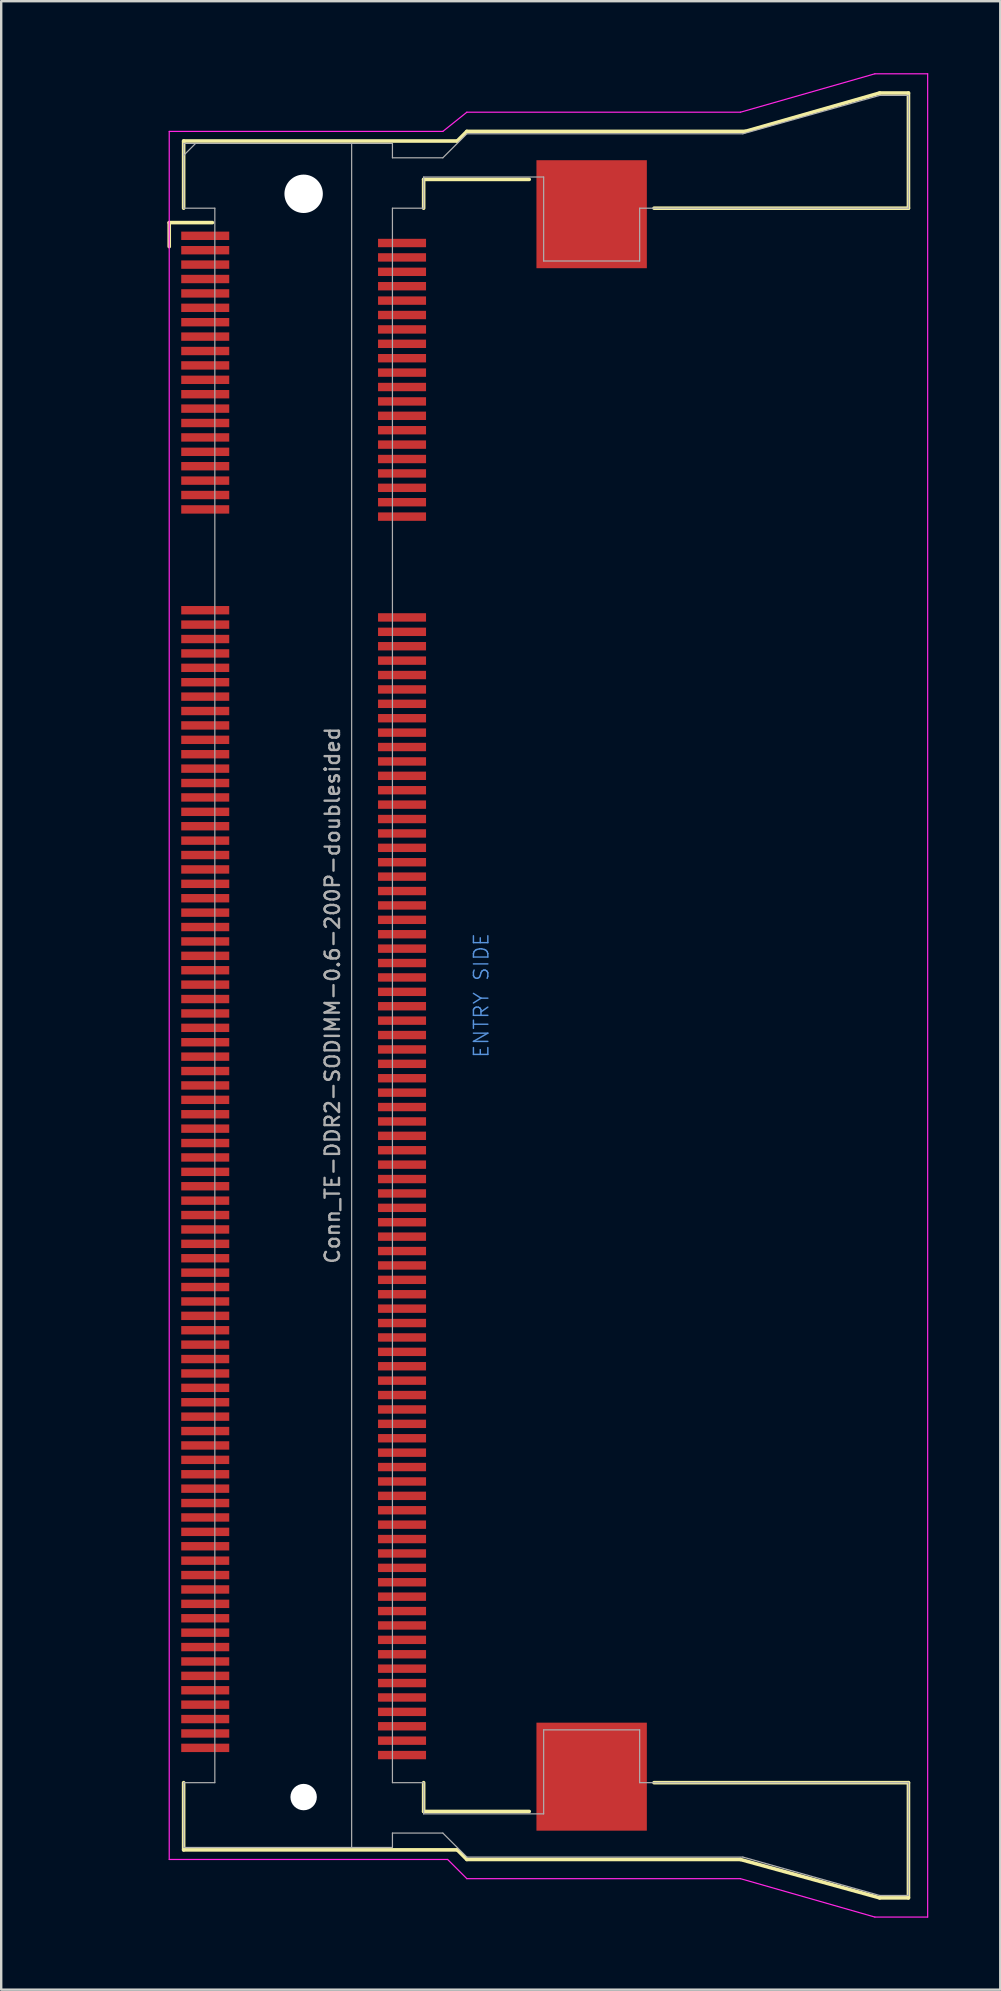
<source format=kicad_pcb>
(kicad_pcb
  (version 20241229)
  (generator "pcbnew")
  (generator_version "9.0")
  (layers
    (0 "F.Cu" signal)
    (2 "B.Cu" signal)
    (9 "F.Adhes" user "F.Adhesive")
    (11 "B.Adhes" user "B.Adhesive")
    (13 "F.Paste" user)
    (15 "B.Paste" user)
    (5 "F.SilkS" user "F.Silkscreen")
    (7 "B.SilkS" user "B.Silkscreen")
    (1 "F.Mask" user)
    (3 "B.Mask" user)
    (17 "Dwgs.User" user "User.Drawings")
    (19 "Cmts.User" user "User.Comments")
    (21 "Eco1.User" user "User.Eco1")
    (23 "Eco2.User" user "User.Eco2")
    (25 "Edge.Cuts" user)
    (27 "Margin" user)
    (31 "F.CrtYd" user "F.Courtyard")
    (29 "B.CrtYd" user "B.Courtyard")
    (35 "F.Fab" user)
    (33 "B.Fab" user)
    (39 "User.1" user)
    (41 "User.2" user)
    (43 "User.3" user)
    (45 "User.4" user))
  (footprint "Conn_TE-DDR2-SODIMM-0.6-200P-doublesided"
    (layer "F.Cu")
    (at 9.601 38.425)
    (property "Reference" "Conn_TE-DDR2-SODIMM-0.6-200P-doublesided" (at 1.2 0 90) (layer "F.Fab") (effects (font (size 0.6 0.6) (thickness 0.1))))
    (attr through_hole)
    (fp_line (start -5.6 -32.2) (end -3.8 -32.2) (stroke (width 0.15) (type solid)) (layer "F.SilkS"))
    (fp_line (start -5.6 -31.2) (end -5.6 -32.2) (stroke (width 0.15) (type solid)) (layer "F.SilkS"))
    (fp_line (start -5 -35.6) (end 6.4 -35.6) (stroke (width 0.15) (type solid)) (layer "F.SilkS"))
    (fp_line (start -5 -32.8) (end -5 -35.6) (stroke (width 0.15) (type solid)) (layer "F.SilkS"))
    (fp_line (start -5 32.8) (end -5 35.6) (stroke (width 0.15) (type solid)) (layer "F.SilkS"))
    (fp_line (start -5 35.6) (end 6.4 35.6) (stroke (width 0.15) (type solid)) (layer "F.SilkS"))
    (fp_line (start 5 -34) (end 9.4 -34) (stroke (width 0.15) (type solid)) (layer "F.SilkS"))
    (fp_line (start 5 -32.8) (end 5 -34) (stroke (width 0.15) (type solid)) (layer "F.SilkS"))
    (fp_line (start 5 34) (end 5 32.8) (stroke (width 0.15) (type solid)) (layer "F.SilkS"))
    (fp_line (start 6.4 -35.6) (end 6.8 -36) (stroke (width 0.15) (type solid)) (layer "F.SilkS"))
    (fp_line (start 6.4 35.6) (end 6.8 36) (stroke (width 0.15) (type solid)) (layer "F.SilkS"))
    (fp_line (start 6.8 -36) (end 18.4 -36) (stroke (width 0.15) (type solid)) (layer "F.SilkS"))
    (fp_line (start 6.8 36) (end 18.2 36) (stroke (width 0.15) (type solid)) (layer "F.SilkS"))
    (fp_line (start 9.4 34) (end 5 34) (stroke (width 0.15) (type solid)) (layer "F.SilkS"))
    (fp_line (start 14.6 -32.8) (end 25.2 -32.8) (stroke (width 0.15) (type solid)) (layer "F.SilkS"))
    (fp_line (start 14.6 32.8) (end 25.2 32.8) (stroke (width 0.15) (type solid)) (layer "F.SilkS"))
    (fp_line (start 18.2 36) (end 24 37.6) (stroke (width 0.15) (type solid)) (layer "F.SilkS"))
    (fp_line (start 18.4 -36) (end 24 -37.6) (stroke (width 0.15) (type solid)) (layer "F.SilkS"))
    (fp_line (start 24 -37.6) (end 25.2 -37.6) (stroke (width 0.15) (type solid)) (layer "F.SilkS"))
    (fp_line (start 24 37.6) (end 25.2 37.6) (stroke (width 0.15) (type solid)) (layer "F.SilkS"))
    (fp_line (start 25.2 -37.6) (end 25.2 -32.8) (stroke (width 0.15) (type solid)) (layer "F.SilkS"))
    (fp_line (start 25.2 37.6) (end 25.2 32.8) (stroke (width 0.15) (type solid)) (layer "F.SilkS"))
    (fp_line (start -5.6 -36) (end -5.6 36) (stroke (width 0.05) (type solid)) (layer "F.CrtYd"))
    (fp_line (start -5.6 -36) (end 5.8 -36) (stroke (width 0.05) (type solid)) (layer "F.CrtYd"))
    (fp_line (start -5.6 36) (end 6 36) (stroke (width 0.05) (type solid)) (layer "F.CrtYd"))
    (fp_line (start 6 36) (end 6.8 36.8) (stroke (width 0.05) (type solid)) (layer "F.CrtYd"))
    (fp_line (start 6.8 -36.8) (end 5.8 -36) (stroke (width 0.05) (type solid)) (layer "F.CrtYd"))
    (fp_line (start 6.8 36.8) (end 18.2 36.8) (stroke (width 0.05) (type solid)) (layer "F.CrtYd"))
    (fp_line (start 18.2 -36.8) (end 6.8 -36.8) (stroke (width 0.05) (type solid)) (layer "F.CrtYd"))
    (fp_line (start 18.2 36.8) (end 23.8 38.4) (stroke (width 0.05) (type solid)) (layer "F.CrtYd"))
    (fp_line (start 23.8 -38.4) (end 18.2 -36.8) (stroke (width 0.05) (type solid)) (layer "F.CrtYd"))
    (fp_line (start 23.8 38.4) (end 26 38.4) (stroke (width 0.05) (type solid)) (layer "F.CrtYd"))
    (fp_line (start 26 -38.4) (end 23.8 -38.4) (stroke (width 0.05) (type solid)) (layer "F.CrtYd"))
    (fp_line (start 26 38.4) (end 26 -38.4) (stroke (width 0.05) (type solid)) (layer "F.CrtYd"))
    (fp_line (start -5 -35.5) (end -5 -32.8) (stroke (width 0.05) (type solid)) (layer "F.Fab"))
    (fp_line (start -5 -35.5) (end 2 -35.5) (stroke (width 0.05) (type solid)) (layer "F.Fab"))
    (fp_line (start -5 -35) (end -4.5 -35.5) (stroke (width 0.05) (type solid)) (layer "F.Fab"))
    (fp_line (start -5 -32.8) (end -3.7 -32.8) (stroke (width 0.05) (type solid)) (layer "F.Fab"))
    (fp_line (start -5 32.8) (end -3.7 32.8) (stroke (width 0.05) (type solid)) (layer "F.Fab"))
    (fp_line (start -5 35.5) (end -5 32.8) (stroke (width 0.05) (type solid)) (layer "F.Fab"))
    (fp_line (start -3.7 32.8) (end -3.7 -32.8) (stroke (width 0.05) (type solid)) (layer "F.Fab"))
    (fp_line (start 2 -35.5) (end 2 35.5) (stroke (width 0.05) (type solid)) (layer "F.Fab"))
    (fp_line (start 2 35.5) (end -5 35.5) (stroke (width 0.05) (type solid)) (layer "F.Fab"))
    (fp_line (start 3.7 -35.5) (end 2 -35.5) (stroke (width 0.05) (type solid)) (layer "F.Fab"))
    (fp_line (start 3.7 -35.5) (end 3.7 -34.9) (stroke (width 0.05) (type solid)) (layer "F.Fab"))
    (fp_line (start 3.7 -32.8) (end 3.7 32.8) (stroke (width 0.05) (type solid)) (layer "F.Fab"))
    (fp_line (start 3.7 -32.8) (end 5 -32.8) (stroke (width 0.05) (type solid)) (layer "F.Fab"))
    (fp_line (start 3.7 34.9) (end 3.7 35.5) (stroke (width 0.05) (type solid)) (layer "F.Fab"))
    (fp_line (start 3.7 34.9) (end 5.8 34.9) (stroke (width 0.05) (type solid)) (layer "F.Fab"))
    (fp_line (start 3.7 35.5) (end 2 35.5) (stroke (width 0.05) (type solid)) (layer "F.Fab"))
    (fp_line (start 5 -34.1) (end 10 -34.1) (stroke (width 0.05) (type solid)) (layer "F.Fab"))
    (fp_line (start 5 -32.8) (end 5 -34.1) (stroke (width 0.05) (type solid)) (layer "F.Fab"))
    (fp_line (start 5 32.8) (end 3.7 32.8) (stroke (width 0.05) (type solid)) (layer "F.Fab"))
    (fp_line (start 5 34.1) (end 5 32.8) (stroke (width 0.05) (type solid)) (layer "F.Fab"))
    (fp_line (start 5 34.1) (end 10 34.1) (stroke (width 0.05) (type solid)) (layer "F.Fab"))
    (fp_line (start 5.8 -34.9) (end 3.7 -34.9) (stroke (width 0.05) (type solid)) (layer "F.Fab"))
    (fp_line (start 5.8 -34.9) (end 6.8 -35.9) (stroke (width 0.05) (type solid)) (layer "F.Fab"))
    (fp_line (start 5.8 34.9) (end 6.8 35.9) (stroke (width 0.05) (type solid)) (layer "F.Fab"))
    (fp_line (start 6.8 -35.9) (end 18.3 -35.9) (stroke (width 0.05) (type solid)) (layer "F.Fab"))
    (fp_line (start 10 -34.1) (end 10 -30.6) (stroke (width 0.05) (type solid)) (layer "F.Fab"))
    (fp_line (start 10 -30.6) (end 14 -30.6) (stroke (width 0.05) (type solid)) (layer "F.Fab"))
    (fp_line (start 10 30.6) (end 14 30.6) (stroke (width 0.05) (type solid)) (layer "F.Fab"))
    (fp_line (start 10 34.1) (end 10 30.6) (stroke (width 0.05) (type solid)) (layer "F.Fab"))
    (fp_line (start 14 -32.8) (end 25.2 -32.8) (stroke (width 0.05) (type solid)) (layer "F.Fab"))
    (fp_line (start 14 -30.6) (end 14 -32.8) (stroke (width 0.05) (type solid)) (layer "F.Fab"))
    (fp_line (start 14 30.6) (end 14 32.8) (stroke (width 0.05) (type solid)) (layer "F.Fab"))
    (fp_line (start 14 32.8) (end 25.2 32.8) (stroke (width 0.05) (type solid)) (layer "F.Fab"))
    (fp_line (start 18.3 35.9) (end 6.8 35.9) (stroke (width 0.05) (type solid)) (layer "F.Fab"))
    (fp_line (start 18.3 35.9) (end 24 37.5) (stroke (width 0.05) (type solid)) (layer "F.Fab"))
    (fp_line (start 24 -37.5) (end 18.3 -35.9) (stroke (width 0.05) (type solid)) (layer "F.Fab"))
    (fp_line (start 25.2 -37.5) (end 24 -37.5) (stroke (width 0.05) (type solid)) (layer "F.Fab"))
    (fp_line (start 25.2 -32.8) (end 25.2 -37.5) (stroke (width 0.05) (type solid)) (layer "F.Fab"))
    (fp_line (start 25.2 37.5) (end 24 37.5) (stroke (width 0.05) (type solid)) (layer "F.Fab"))
    (fp_line (start 25.2 37.5) (end 25.2 32.8) (stroke (width 0.05) (type solid)) (layer "F.Fab"))
    (fp_text user "ENTRY SIDE" (at 7.4 0 90) (layer "Cmts.User") (effects (font (size 0.6 0.6) (thickness 0.06))))
    (fp_text user "${REFERENCE}" (at -4 -35 0) (layer "Eco1.User") (effects (font (size 0.3 0.3) (thickness 0.03))))
    (pad "" np_thru_hole circle (at 0 -33.4) (size 1.6 1.6) (drill 1.6) (layers "*.Cu"))
    (pad "" np_thru_hole circle (at 0 33.4) (size 1.1 1.1) (drill 1.1) (layers "*.Cu"))
    (pad "" smd rect (at 12 -32.55) (size 4.6 4.5) (layers "F.Cu" "F.Mask" "F.Paste"))
    (pad "" smd rect (at 12 32.55) (size 4.6 4.5) (layers "F.Cu" "F.Mask" "F.Paste"))
    (pad "1" smd rect (at -4.1 -31.65) (size 2 0.35) (layers "F.Cu" "F.Paste"))
    (pad "2" smd rect (at 4.1 -31.35) (size 2 0.35) (layers "F.Cu" "F.Paste"))
    (pad "3" smd rect (at -4.1 -31.05) (size 2 0.35) (layers "F.Cu" "F.Paste"))
    (pad "4" smd rect (at 4.1 -30.75) (size 2 0.35) (layers "F.Cu" "F.Paste"))
    (pad "5" smd rect (at -4.1 -30.45) (size 2 0.35) (layers "F.Cu" "F.Paste"))
    (pad "6" smd rect (at 4.1 -30.15) (size 2 0.35) (layers "F.Cu" "F.Paste"))
    (pad "7" smd rect (at -4.1 -29.85) (size 2 0.35) (layers "F.Cu" "F.Paste"))
    (pad "8" smd rect (at 4.1 -29.55) (size 2 0.35) (layers "F.Cu" "F.Paste"))
    (pad "9" smd rect (at -4.1 -29.25) (size 2 0.35) (layers "F.Cu" "F.Paste"))
    (pad "10" smd rect (at 4.1 -28.95) (size 2 0.35) (layers "F.Cu" "F.Paste"))
    (pad "11" smd rect (at -4.1 -28.65) (size 2 0.35) (layers "F.Cu" "F.Paste"))
    (pad "12" smd rect (at 4.1 -28.35) (size 2 0.35) (layers "F.Cu" "F.Paste"))
    (pad "13" smd rect (at -4.1 -28.05) (size 2 0.35) (layers "F.Cu" "F.Paste"))
    (pad "14" smd rect (at 4.1 -27.75) (size 2 0.35) (layers "F.Cu" "F.Paste"))
    (pad "15" smd rect (at -4.1 -27.45) (size 2 0.35) (layers "F.Cu" "F.Paste"))
    (pad "16" smd rect (at 4.1 -27.15) (size 2 0.35) (layers "F.Cu" "F.Paste"))
    (pad "17" smd rect (at -4.1 -26.85) (size 2 0.35) (layers "F.Cu" "F.Paste"))
    (pad "18" smd rect (at 4.1 -26.55) (size 2 0.35) (layers "F.Cu" "F.Paste"))
    (pad "19" smd rect (at -4.1 -26.25) (size 2 0.35) (layers "F.Cu" "F.Paste"))
    (pad "20" smd rect (at 4.1 -25.95) (size 2 0.35) (layers "F.Cu" "F.Paste"))
    (pad "21" smd rect (at -4.1 -25.65) (size 2 0.35) (layers "F.Cu" "F.Paste"))
    (pad "22" smd rect (at 4.1 -25.35) (size 2 0.35) (layers "F.Cu" "F.Paste"))
    (pad "23" smd rect (at -4.1 -25.05) (size 2 0.35) (layers "F.Cu" "F.Paste"))
    (pad "24" smd rect (at 4.1 -24.75) (size 2 0.35) (layers "F.Cu" "F.Paste"))
    (pad "25" smd rect (at -4.1 -24.45) (size 2 0.35) (layers "F.Cu" "F.Paste"))
    (pad "26" smd rect (at 4.1 -24.15) (size 2 0.35) (layers "F.Cu" "F.Paste"))
    (pad "27" smd rect (at -4.1 -23.85) (size 2 0.35) (layers "F.Cu" "F.Paste"))
    (pad "28" smd rect (at 4.1 -23.55) (size 2 0.35) (layers "F.Cu" "F.Paste"))
    (pad "29" smd rect (at -4.1 -23.25) (size 2 0.35) (layers "F.Cu" "F.Paste"))
    (pad "30" smd rect (at 4.1 -22.95) (size 2 0.35) (layers "F.Cu" "F.Paste"))
    (pad "31" smd rect (at -4.1 -22.65) (size 2 0.35) (layers "F.Cu" "F.Paste"))
    (pad "32" smd rect (at 4.1 -22.35) (size 2 0.35) (layers "F.Cu" "F.Paste"))
    (pad "33" smd rect (at -4.1 -22.05) (size 2 0.35) (layers "F.Cu" "F.Paste"))
    (pad "34" smd rect (at 4.1 -21.75) (size 2 0.35) (layers "F.Cu" "F.Paste"))
    (pad "35" smd rect (at -4.1 -21.45) (size 2 0.35) (layers "F.Cu" "F.Paste"))
    (pad "36" smd rect (at 4.1 -21.15) (size 2 0.35) (layers "F.Cu" "F.Paste"))
    (pad "37" smd rect (at -4.1 -20.85) (size 2 0.35) (layers "F.Cu" "F.Paste"))
    (pad "38" smd rect (at 4.1 -20.55) (size 2 0.35) (layers "F.Cu" "F.Paste"))
    (pad "39" smd rect (at -4.1 -20.25) (size 2 0.35) (layers "F.Cu" "F.Paste"))
    (pad "40" smd rect (at 4.1 -19.95) (size 2 0.35) (layers "F.Cu" "F.Paste"))
    (pad "41" smd rect (at -4.1 -16.05) (size 2 0.35) (layers "F.Cu" "F.Paste"))
    (pad "42" smd rect (at 4.1 -15.75) (size 2 0.35) (layers "F.Cu" "F.Paste"))
    (pad "43" smd rect (at -4.1 -15.45) (size 2 0.35) (layers "F.Cu" "F.Paste"))
    (pad "44" smd rect (at 4.1 -15.15) (size 2 0.35) (layers "F.Cu" "F.Paste"))
    (pad "45" smd rect (at -4.1 -14.85) (size 2 0.35) (layers "F.Cu" "F.Paste"))
    (pad "46" smd rect (at 4.1 -14.55) (size 2 0.35) (layers "F.Cu" "F.Paste"))
    (pad "47" smd rect (at -4.1 -14.25) (size 2 0.35) (layers "F.Cu" "F.Paste"))
    (pad "48" smd rect (at 4.1 -13.95) (size 2 0.35) (layers "F.Cu" "F.Paste"))
    (pad "49" smd rect (at -4.1 -13.65) (size 2 0.35) (layers "F.Cu" "F.Paste"))
    (pad "50" smd rect (at 4.1 -13.35) (size 2 0.35) (layers "F.Cu" "F.Paste"))
    (pad "51" smd rect (at -4.1 -13.05) (size 2 0.35) (layers "F.Cu" "F.Paste"))
    (pad "52" smd rect (at 4.1 -12.75) (size 2 0.35) (layers "F.Cu" "F.Paste"))
    (pad "53" smd rect (at -4.1 -12.45) (size 2 0.35) (layers "F.Cu" "F.Paste"))
    (pad "54" smd rect (at 4.1 -12.15) (size 2 0.35) (layers "F.Cu" "F.Paste"))
    (pad "55" smd rect (at -4.1 -11.85) (size 2 0.35) (layers "F.Cu" "F.Paste"))
    (pad "56" smd rect (at 4.1 -11.55) (size 2 0.35) (layers "F.Cu" "F.Paste"))
    (pad "57" smd rect (at -4.1 -11.25) (size 2 0.35) (layers "F.Cu" "F.Paste"))
    (pad "58" smd rect (at 4.1 -10.95) (size 2 0.35) (layers "F.Cu" "F.Paste"))
    (pad "59" smd rect (at -4.1 -10.65) (size 2 0.35) (layers "F.Cu" "F.Paste"))
    (pad "60" smd rect (at 4.1 -10.35) (size 2 0.35) (layers "F.Cu" "F.Paste"))
    (pad "61" smd rect (at -4.1 -10.05) (size 2 0.35) (layers "F.Cu" "F.Paste"))
    (pad "62" smd rect (at 4.1 -9.75) (size 2 0.35) (layers "F.Cu" "F.Paste"))
    (pad "63" smd rect (at -4.1 -9.45) (size 2 0.35) (layers "F.Cu" "F.Paste"))
    (pad "64" smd rect (at 4.1 -9.15) (size 2 0.35) (layers "F.Cu" "F.Paste"))
    (pad "65" smd rect (at -4.1 -8.85) (size 2 0.35) (layers "F.Cu" "F.Paste"))
    (pad "66" smd rect (at 4.1 -8.55) (size 2 0.35) (layers "F.Cu" "F.Paste"))
    (pad "67" smd rect (at -4.1 -8.25) (size 2 0.35) (layers "F.Cu" "F.Paste"))
    (pad "68" smd rect (at 4.1 -7.95) (size 2 0.35) (layers "F.Cu" "F.Paste"))
    (pad "69" smd rect (at -4.1 -7.65) (size 2 0.35) (layers "F.Cu" "F.Paste"))
    (pad "70" smd rect (at 4.1 -7.35) (size 2 0.35) (layers "F.Cu" "F.Paste"))
    (pad "71" smd rect (at -4.1 -7.05) (size 2 0.35) (layers "F.Cu" "F.Paste"))
    (pad "72" smd rect (at 4.1 -6.75) (size 2 0.35) (layers "F.Cu" "F.Paste"))
    (pad "73" smd rect (at -4.1 -6.45) (size 2 0.35) (layers "F.Cu" "F.Paste"))
    (pad "74" smd rect (at 4.1 -6.15) (size 2 0.35) (layers "F.Cu" "F.Paste"))
    (pad "75" smd rect (at -4.1 -5.85) (size 2 0.35) (layers "F.Cu" "F.Paste"))
    (pad "76" smd rect (at 4.1 -5.55) (size 2 0.35) (layers "F.Cu" "F.Paste"))
    (pad "77" smd rect (at -4.1 -5.25) (size 2 0.35) (layers "F.Cu" "F.Paste"))
    (pad "78" smd rect (at 4.1 -4.95) (size 2 0.35) (layers "F.Cu" "F.Paste"))
    (pad "79" smd rect (at -4.1 -4.65) (size 2 0.35) (layers "F.Cu" "F.Paste"))
    (pad "80" smd rect (at 4.1 -4.35) (size 2 0.35) (layers "F.Cu" "F.Paste"))
    (pad "81" smd rect (at -4.1 -4.05) (size 2 0.35) (layers "F.Cu" "F.Paste"))
    (pad "82" smd rect (at 4.1 -3.75) (size 2 0.35) (layers "F.Cu" "F.Paste"))
    (pad "83" smd rect (at -4.1 -3.45) (size 2 0.35) (layers "F.Cu" "F.Paste"))
    (pad "84" smd rect (at 4.1 -3.15) (size 2 0.35) (layers "F.Cu" "F.Paste"))
    (pad "85" smd rect (at -4.1 -2.85) (size 2 0.35) (layers "F.Cu" "F.Paste"))
    (pad "86" smd rect (at 4.1 -2.55) (size 2 0.35) (layers "F.Cu" "F.Paste"))
    (pad "87" smd rect (at -4.1 -2.25) (size 2 0.35) (layers "F.Cu" "F.Paste"))
    (pad "88" smd rect (at 4.1 -1.95) (size 2 0.35) (layers "F.Cu" "F.Paste"))
    (pad "89" smd rect (at -4.1 -1.65) (size 2 0.35) (layers "F.Cu" "F.Paste"))
    (pad "90" smd rect (at 4.1 -1.35) (size 2 0.35) (layers "F.Cu" "F.Paste"))
    (pad "91" smd rect (at -4.1 -1.05) (size 2 0.35) (layers "F.Cu" "F.Paste"))
    (pad "92" smd rect (at 4.1 -0.75) (size 2 0.35) (layers "F.Cu" "F.Paste"))
    (pad "93" smd rect (at -4.1 -0.45) (size 2 0.35) (layers "F.Cu" "F.Paste"))
    (pad "94" smd rect (at 4.1 -0.15) (size 2 0.35) (layers "F.Cu" "F.Paste"))
    (pad "95" smd rect (at -4.1 0.15) (size 2 0.35) (layers "F.Cu" "F.Paste"))
    (pad "96" smd rect (at 4.1 0.45) (size 2 0.35) (layers "F.Cu" "F.Paste"))
    (pad "97" smd rect (at -4.1 0.75) (size 2 0.35) (layers "F.Cu" "F.Paste"))
    (pad "98" smd rect (at 4.1 1.05) (size 2 0.35) (layers "F.Cu" "F.Paste"))
    (pad "99" smd rect (at -4.1 1.35) (size 2 0.35) (layers "F.Cu" "F.Paste"))
    (pad "100" smd rect (at 4.1 1.65) (size 2 0.35) (layers "F.Cu" "F.Paste"))
    (pad "101" smd rect (at -4.1 1.95) (size 2 0.35) (layers "F.Cu" "F.Paste"))
    (pad "102" smd rect (at 4.1 2.25) (size 2 0.35) (layers "F.Cu" "F.Paste"))
    (pad "103" smd rect (at -4.1 2.55) (size 2 0.35) (layers "F.Cu" "F.Paste"))
    (pad "104" smd rect (at 4.1 2.85) (size 2 0.35) (layers "F.Cu" "F.Paste"))
    (pad "105" smd rect (at -4.1 3.15) (size 2 0.35) (layers "F.Cu" "F.Paste"))
    (pad "106" smd rect (at 4.1 3.45) (size 2 0.35) (layers "F.Cu" "F.Paste"))
    (pad "107" smd rect (at -4.1 3.75) (size 2 0.35) (layers "F.Cu" "F.Paste"))
    (pad "108" smd rect (at 4.1 4.05) (size 2 0.35) (layers "F.Cu" "F.Paste"))
    (pad "109" smd rect (at -4.1 4.35) (size 2 0.35) (layers "F.Cu" "F.Paste"))
    (pad "110" smd rect (at 4.1 4.65) (size 2 0.35) (layers "F.Cu" "F.Paste"))
    (pad "111" smd rect (at -4.1 4.95) (size 2 0.35) (layers "F.Cu" "F.Paste"))
    (pad "112" smd rect (at 4.1 5.25) (size 2 0.35) (layers "F.Cu" "F.Paste"))
    (pad "113" smd rect (at -4.1 5.55) (size 2 0.35) (layers "F.Cu" "F.Paste"))
    (pad "114" smd rect (at 4.1 5.85) (size 2 0.35) (layers "F.Cu" "F.Paste"))
    (pad "115" smd rect (at -4.1 6.15) (size 2 0.35) (layers "F.Cu" "F.Paste"))
    (pad "116" smd rect (at 4.1 6.45) (size 2 0.35) (layers "F.Cu" "F.Paste"))
    (pad "117" smd rect (at -4.1 6.75) (size 2 0.35) (layers "F.Cu" "F.Paste"))
    (pad "118" smd rect (at 4.1 7.05) (size 2 0.35) (layers "F.Cu" "F.Paste"))
    (pad "119" smd rect (at -4.1 7.35) (size 2 0.35) (layers "F.Cu" "F.Paste"))
    (pad "120" smd rect (at 4.1 7.65) (size 2 0.35) (layers "F.Cu" "F.Paste"))
    (pad "121" smd rect (at -4.1 7.95) (size 2 0.35) (layers "F.Cu" "F.Paste"))
    (pad "122" smd rect (at 4.1 8.25) (size 2 0.35) (layers "F.Cu" "F.Paste"))
    (pad "123" smd rect (at -4.1 8.55) (size 2 0.35) (layers "F.Cu" "F.Paste"))
    (pad "124" smd rect (at 4.1 8.85) (size 2 0.35) (layers "F.Cu" "F.Paste"))
    (pad "125" smd rect (at -4.1 9.15) (size 2 0.35) (layers "F.Cu" "F.Paste"))
    (pad "126" smd rect (at 4.1 9.45) (size 2 0.35) (layers "F.Cu" "F.Paste"))
    (pad "127" smd rect (at -4.1 9.75) (size 2 0.35) (layers "F.Cu" "F.Paste"))
    (pad "128" smd rect (at 4.1 10.05) (size 2 0.35) (layers "F.Cu" "F.Paste"))
    (pad "129" smd rect (at -4.1 10.35) (size 2 0.35) (layers "F.Cu" "F.Paste"))
    (pad "130" smd rect (at 4.1 10.65) (size 2 0.35) (layers "F.Cu" "F.Paste"))
    (pad "131" smd rect (at -4.1 10.95) (size 2 0.35) (layers "F.Cu" "F.Paste"))
    (pad "132" smd rect (at 4.1 11.25) (size 2 0.35) (layers "F.Cu" "F.Paste"))
    (pad "133" smd rect (at -4.1 11.55) (size 2 0.35) (layers "F.Cu" "F.Paste"))
    (pad "134" smd rect (at 4.1 11.85) (size 2 0.35) (layers "F.Cu" "F.Paste"))
    (pad "135" smd rect (at -4.1 12.15) (size 2 0.35) (layers "F.Cu" "F.Paste"))
    (pad "136" smd rect (at 4.1 12.45) (size 2 0.35) (layers "F.Cu" "F.Paste"))
    (pad "137" smd rect (at -4.1 12.75) (size 2 0.35) (layers "F.Cu" "F.Paste"))
    (pad "138" smd rect (at 4.1 13.05) (size 2 0.35) (layers "F.Cu" "F.Paste"))
    (pad "139" smd rect (at -4.1 13.35) (size 2 0.35) (layers "F.Cu" "F.Paste"))
    (pad "140" smd rect (at 4.1 13.65) (size 2 0.35) (layers "F.Cu" "F.Paste"))
    (pad "141" smd rect (at -4.1 13.95) (size 2 0.35) (layers "F.Cu" "F.Paste"))
    (pad "142" smd rect (at 4.1 14.25) (size 2 0.35) (layers "F.Cu" "F.Paste"))
    (pad "143" smd rect (at -4.1 14.55) (size 2 0.35) (layers "F.Cu" "F.Paste"))
    (pad "144" smd rect (at 4.1 14.85) (size 2 0.35) (layers "F.Cu" "F.Paste"))
    (pad "145" smd rect (at -4.1 15.15) (size 2 0.35) (layers "F.Cu" "F.Paste"))
    (pad "146" smd rect (at 4.1 15.45) (size 2 0.35) (layers "F.Cu" "F.Paste"))
    (pad "147" smd rect (at -4.1 15.75) (size 2 0.35) (layers "F.Cu" "F.Paste"))
    (pad "148" smd rect (at 4.1 16.05) (size 2 0.35) (layers "F.Cu" "F.Paste"))
    (pad "149" smd rect (at -4.1 16.35) (size 2 0.35) (layers "F.Cu" "F.Paste"))
    (pad "150" smd rect (at 4.1 16.65) (size 2 0.35) (layers "F.Cu" "F.Paste"))
    (pad "151" smd rect (at -4.1 16.95) (size 2 0.35) (layers "F.Cu" "F.Paste"))
    (pad "152" smd rect (at 4.1 17.25) (size 2 0.35) (layers "F.Cu" "F.Paste"))
    (pad "153" smd rect (at -4.1 17.55) (size 2 0.35) (layers "F.Cu" "F.Paste"))
    (pad "154" smd rect (at 4.1 17.85) (size 2 0.35) (layers "F.Cu" "F.Paste"))
    (pad "155" smd rect (at -4.1 18.15) (size 2 0.35) (layers "F.Cu" "F.Paste"))
    (pad "156" smd rect (at 4.1 18.45) (size 2 0.35) (layers "F.Cu" "F.Paste"))
    (pad "157" smd rect (at -4.1 18.75) (size 2 0.35) (layers "F.Cu" "F.Paste"))
    (pad "158" smd rect (at 4.1 19.05) (size 2 0.35) (layers "F.Cu" "F.Paste"))
    (pad "159" smd rect (at -4.1 19.35) (size 2 0.35) (layers "F.Cu" "F.Paste"))
    (pad "160" smd rect (at 4.1 19.65) (size 2 0.35) (layers "F.Cu" "F.Paste"))
    (pad "161" smd rect (at -4.1 19.95) (size 2 0.35) (layers "F.Cu" "F.Paste"))
    (pad "162" smd rect (at 4.1 20.25) (size 2 0.35) (layers "F.Cu" "F.Paste"))
    (pad "163" smd rect (at -4.1 20.55) (size 2 0.35) (layers "F.Cu" "F.Paste"))
    (pad "164" smd rect (at 4.1 20.85) (size 2 0.35) (layers "F.Cu" "F.Paste"))
    (pad "165" smd rect (at -4.1 21.15) (size 2 0.35) (layers "F.Cu" "F.Paste"))
    (pad "166" smd rect (at 4.1 21.45) (size 2 0.35) (layers "F.Cu" "F.Paste"))
    (pad "167" smd rect (at -4.1 21.75) (size 2 0.35) (layers "F.Cu" "F.Paste"))
    (pad "168" smd rect (at 4.1 22.05) (size 2 0.35) (layers "F.Cu" "F.Paste"))
    (pad "169" smd rect (at -4.1 22.35) (size 2 0.35) (layers "F.Cu" "F.Paste"))
    (pad "170" smd rect (at 4.1 22.65) (size 2 0.35) (layers "F.Cu" "F.Paste"))
    (pad "171" smd rect (at -4.1 22.95) (size 2 0.35) (layers "F.Cu" "F.Paste"))
    (pad "172" smd rect (at 4.1 23.25) (size 2 0.35) (layers "F.Cu" "F.Paste"))
    (pad "173" smd rect (at -4.1 23.55) (size 2 0.35) (layers "F.Cu" "F.Paste"))
    (pad "174" smd rect (at 4.1 23.85) (size 2 0.35) (layers "F.Cu" "F.Paste"))
    (pad "175" smd rect (at -4.1 24.15) (size 2 0.35) (layers "F.Cu" "F.Paste"))
    (pad "176" smd rect (at 4.1 24.45) (size 2 0.35) (layers "F.Cu" "F.Paste"))
    (pad "177" smd rect (at -4.1 24.75) (size 2 0.35) (layers "F.Cu" "F.Paste"))
    (pad "178" smd rect (at 4.1 25.05) (size 2 0.35) (layers "F.Cu" "F.Paste"))
    (pad "179" smd rect (at -4.1 25.35) (size 2 0.35) (layers "F.Cu" "F.Paste"))
    (pad "180" smd rect (at 4.1 25.65) (size 2 0.35) (layers "F.Cu" "F.Paste"))
    (pad "181" smd rect (at -4.1 25.95) (size 2 0.35) (layers "F.Cu" "F.Paste"))
    (pad "182" smd rect (at 4.1 26.25) (size 2 0.35) (layers "F.Cu" "F.Paste"))
    (pad "183" smd rect (at -4.1 26.55) (size 2 0.35) (layers "F.Cu" "F.Paste"))
    (pad "184" smd rect (at 4.1 26.85) (size 2 0.35) (layers "F.Cu" "F.Paste"))
    (pad "185" smd rect (at -4.1 27.15) (size 2 0.35) (layers "F.Cu" "F.Paste"))
    (pad "186" smd rect (at 4.1 27.45) (size 2 0.35) (layers "F.Cu" "F.Paste"))
    (pad "187" smd rect (at -4.1 27.75) (size 2 0.35) (layers "F.Cu" "F.Paste"))
    (pad "188" smd rect (at 4.1 28.05) (size 2 0.35) (layers "F.Cu" "F.Paste"))
    (pad "189" smd rect (at -4.1 28.35) (size 2 0.35) (layers "F.Cu" "F.Paste"))
    (pad "190" smd rect (at 4.1 28.65) (size 2 0.35) (layers "F.Cu" "F.Paste"))
    (pad "191" smd rect (at -4.1 28.95) (size 2 0.35) (layers "F.Cu" "F.Paste"))
    (pad "192" smd rect (at 4.1 29.25) (size 2 0.35) (layers "F.Cu" "F.Paste"))
    (pad "193" smd rect (at -4.1 29.55) (size 2 0.35) (layers "F.Cu" "F.Paste"))
    (pad "194" smd rect (at 4.1 29.85) (size 2 0.35) (layers "F.Cu" "F.Paste"))
    (pad "195" smd rect (at -4.1 30.15) (size 2 0.35) (layers "F.Cu" "F.Paste"))
    (pad "196" smd rect (at 4.1 30.45) (size 2 0.35) (layers "F.Cu" "F.Paste"))
    (pad "197" smd rect (at -4.1 30.75) (size 2 0.35) (layers "F.Cu" "F.Paste"))
    (pad "198" smd rect (at 4.1 31.05) (size 2 0.35) (layers "F.Cu" "F.Paste"))
    (pad "199" smd rect (at -4.1 31.35) (size 2 0.35) (layers "F.Cu" "F.Paste"))
    (pad "200" smd rect (at 4.1 31.65) (size 2 0.35) (layers "F.Cu" "F.Paste")))
  (gr_rect
    (start -3 -3)
    (end 38.626 79.85)
    (stroke (width 0.1) (type default))
    (fill no)
    (layer "Edge.Cuts")))
</source>
